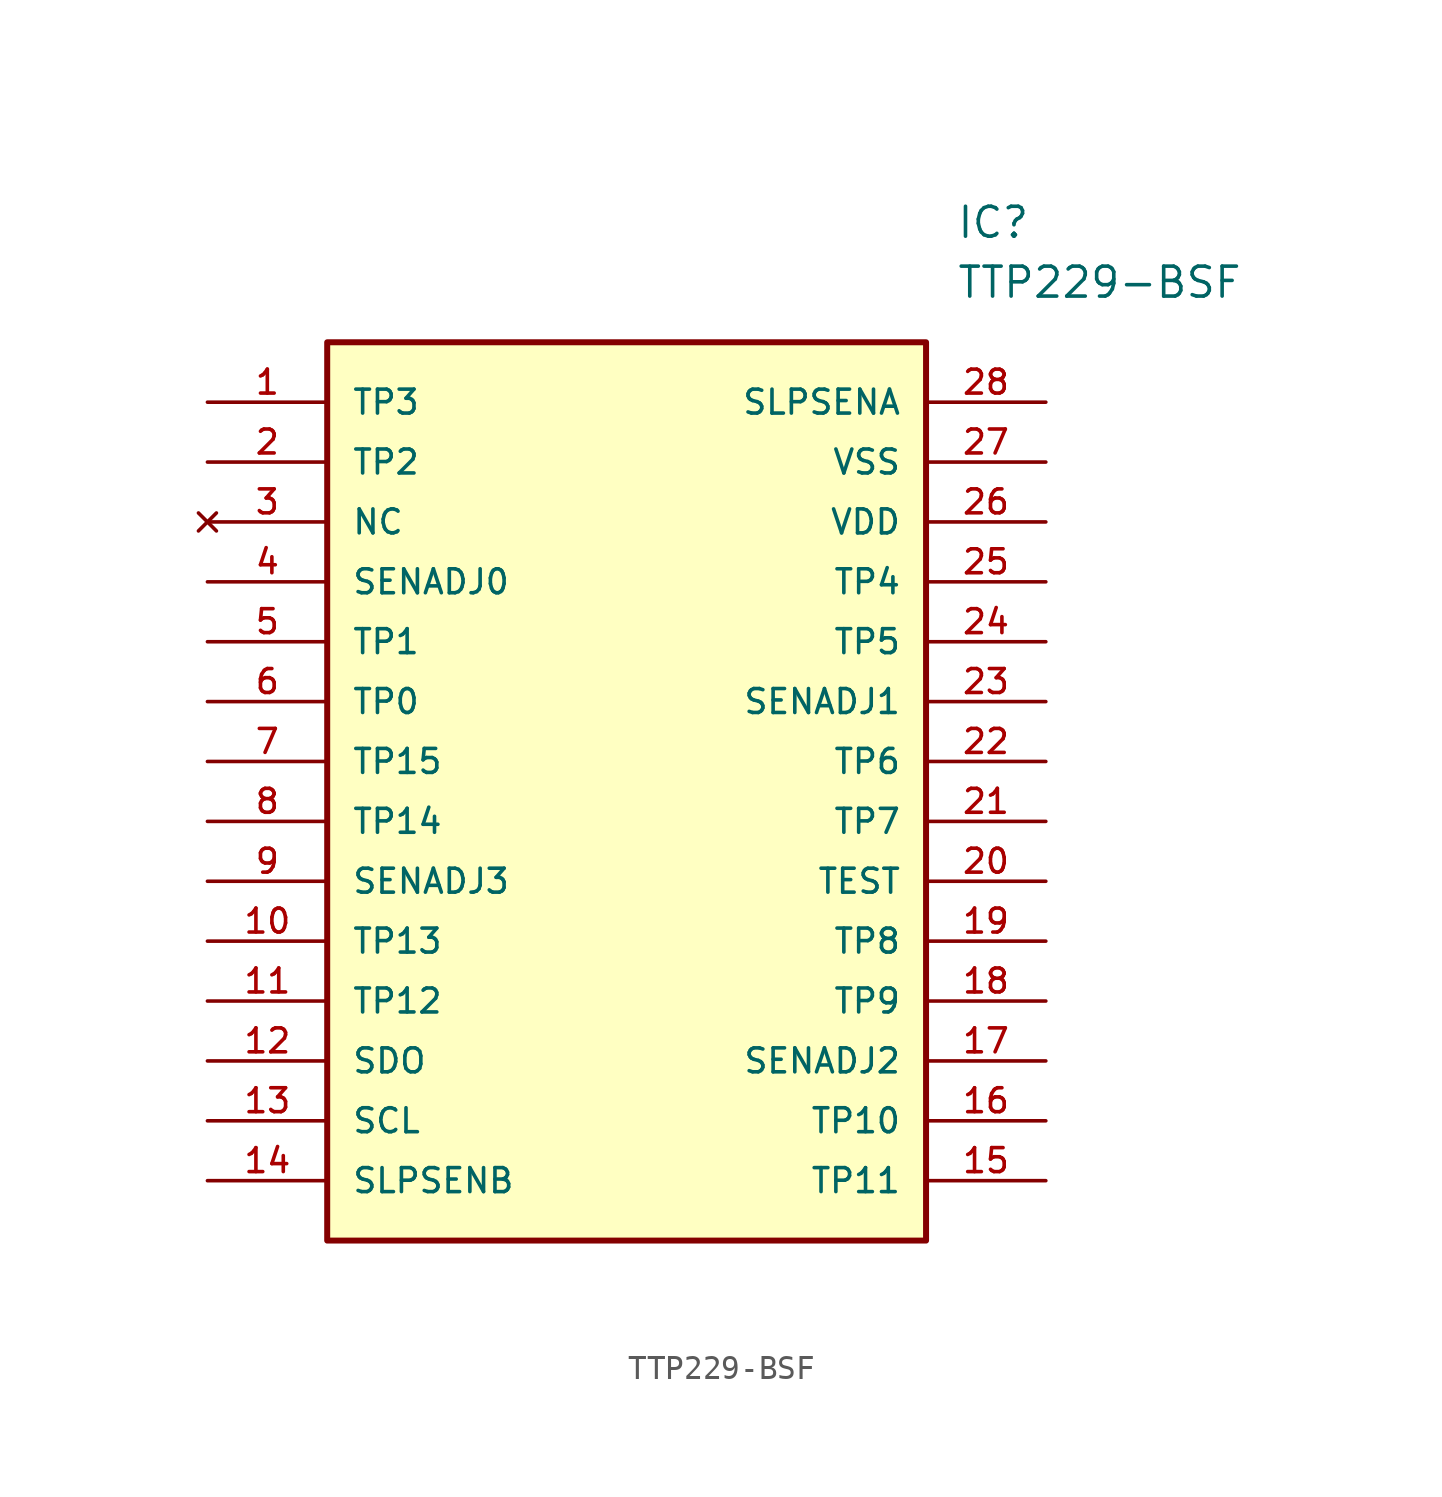
<source format=kicad_sym>
(kicad_symbol_lib
  (version 20211014)
  (generator kicad_symbol_editor)
  (symbol "TTP229-BSF"
    (pin_names
      (offset 1.016))
    (property "Reference" "IC"
      (at 31.75 7.62 0)
      (effects (font (size 1.27 1.27)) (justify left)))
    (property "Value" "TTP229-BSF"
      (at 31.75 5.08 0)
      (effects (font (size 1.27 1.27)) (justify left)))
    (symbol "TTP229-BSF_0_0"
      (rectangle (start 5.08 -35.56) (end 30.48 2.54) (stroke (width 0.254)) (fill (type background)))
      (pin bidirectional line (at 0.0 0.0 0) (length 5.08) (name "TP3" (effects (font (size 1.016 1.016)))) (number "1" (effects (font (size 1.016 1.016)))))
      (pin bidirectional line (at 0.0 -2.54 0) (length 5.08) (name "TP2" (effects (font (size 1.016 1.016)))) (number "2" (effects (font (size 1.016 1.016)))))
      (pin no_connect line (at 0.0 -5.08 0) (length 5.08) (name "NC" (effects (font (size 1.016 1.016)))) (number "3" (effects (font (size 1.016 1.016)))))
      (pin bidirectional line (at 0.0 -7.62 0) (length 5.08) (name "SENADJ0" (effects (font (size 1.016 1.016)))) (number "4" (effects (font (size 1.016 1.016)))))
      (pin bidirectional line (at 0.0 -10.16 0) (length 5.08) (name "TP1" (effects (font (size 1.016 1.016)))) (number "5" (effects (font (size 1.016 1.016)))))
      (pin bidirectional line (at 0.0 -12.7 0) (length 5.08) (name "TP0" (effects (font (size 1.016 1.016)))) (number "6" (effects (font (size 1.016 1.016)))))
      (pin bidirectional line (at 0.0 -15.24 0) (length 5.08) (name "TP15" (effects (font (size 1.016 1.016)))) (number "7" (effects (font (size 1.016 1.016)))))
      (pin bidirectional line (at 0.0 -17.78 0) (length 5.08) (name "TP14" (effects (font (size 1.016 1.016)))) (number "8" (effects (font (size 1.016 1.016)))))
      (pin bidirectional line (at 0.0 -20.32 0) (length 5.08) (name "SENADJ3" (effects (font (size 1.016 1.016)))) (number "9" (effects (font (size 1.016 1.016)))))
      (pin bidirectional line (at 0.0 -22.86 0) (length 5.08) (name "TP13" (effects (font (size 1.016 1.016)))) (number "10" (effects (font (size 1.016 1.016)))))
      (pin bidirectional line (at 0.0 -25.4 0) (length 5.08) (name "TP12" (effects (font (size 1.016 1.016)))) (number "11" (effects (font (size 1.016 1.016)))))
      (pin bidirectional line (at 0.0 -27.94 0) (length 5.08) (name "SDO" (effects (font (size 1.016 1.016)))) (number "12" (effects (font (size 1.016 1.016)))))
      (pin bidirectional line (at 0.0 -30.48 0) (length 5.08) (name "SCL" (effects (font (size 1.016 1.016)))) (number "13" (effects (font (size 1.016 1.016)))))
      (pin bidirectional line (at 0.0 -33.02 0) (length 5.08) (name "SLPSENB" (effects (font (size 1.016 1.016)))) (number "14" (effects (font (size 1.016 1.016)))))
      (pin bidirectional line (at 35.56 0.0 180.0) (length 5.08) (name "SLPSENA" (effects (font (size 1.016 1.016)))) (number "28" (effects (font (size 1.016 1.016)))))
      (pin bidirectional line (at 35.56 -2.54 180.0) (length 5.08) (name "VSS" (effects (font (size 1.016 1.016)))) (number "27" (effects (font (size 1.016 1.016)))))
      (pin bidirectional line (at 35.56 -5.08 180.0) (length 5.08) (name "VDD" (effects (font (size 1.016 1.016)))) (number "26" (effects (font (size 1.016 1.016)))))
      (pin bidirectional line (at 35.56 -7.62 180.0) (length 5.08) (name "TP4" (effects (font (size 1.016 1.016)))) (number "25" (effects (font (size 1.016 1.016)))))
      (pin bidirectional line (at 35.56 -10.16 180.0) (length 5.08) (name "TP5" (effects (font (size 1.016 1.016)))) (number "24" (effects (font (size 1.016 1.016)))))
      (pin bidirectional line (at 35.56 -12.7 180.0) (length 5.08) (name "SENADJ1" (effects (font (size 1.016 1.016)))) (number "23" (effects (font (size 1.016 1.016)))))
      (pin bidirectional line (at 35.56 -15.24 180.0) (length 5.08) (name "TP6" (effects (font (size 1.016 1.016)))) (number "22" (effects (font (size 1.016 1.016)))))
      (pin bidirectional line (at 35.56 -17.78 180.0) (length 5.08) (name "TP7" (effects (font (size 1.016 1.016)))) (number "21" (effects (font (size 1.016 1.016)))))
      (pin bidirectional line (at 35.56 -20.32 180.0) (length 5.08) (name "TEST" (effects (font (size 1.016 1.016)))) (number "20" (effects (font (size 1.016 1.016)))))
      (pin bidirectional line (at 35.56 -22.86 180.0) (length 5.08) (name "TP8" (effects (font (size 1.016 1.016)))) (number "19" (effects (font (size 1.016 1.016)))))
      (pin bidirectional line (at 35.56 -25.4 180.0) (length 5.08) (name "TP9" (effects (font (size 1.016 1.016)))) (number "18" (effects (font (size 1.016 1.016)))))
      (pin bidirectional line (at 35.56 -27.94 180.0) (length 5.08) (name "SENADJ2" (effects (font (size 1.016 1.016)))) (number "17" (effects (font (size 1.016 1.016)))))
      (pin bidirectional line (at 35.56 -30.48 180.0) (length 5.08) (name "TP10" (effects (font (size 1.016 1.016)))) (number "16" (effects (font (size 1.016 1.016)))))
      (pin bidirectional line (at 35.56 -33.02 180.0) (length 5.08) (name "TP11" (effects (font (size 1.016 1.016)))) (number "15" (effects (font (size 1.016 1.016))))))))
</source>
